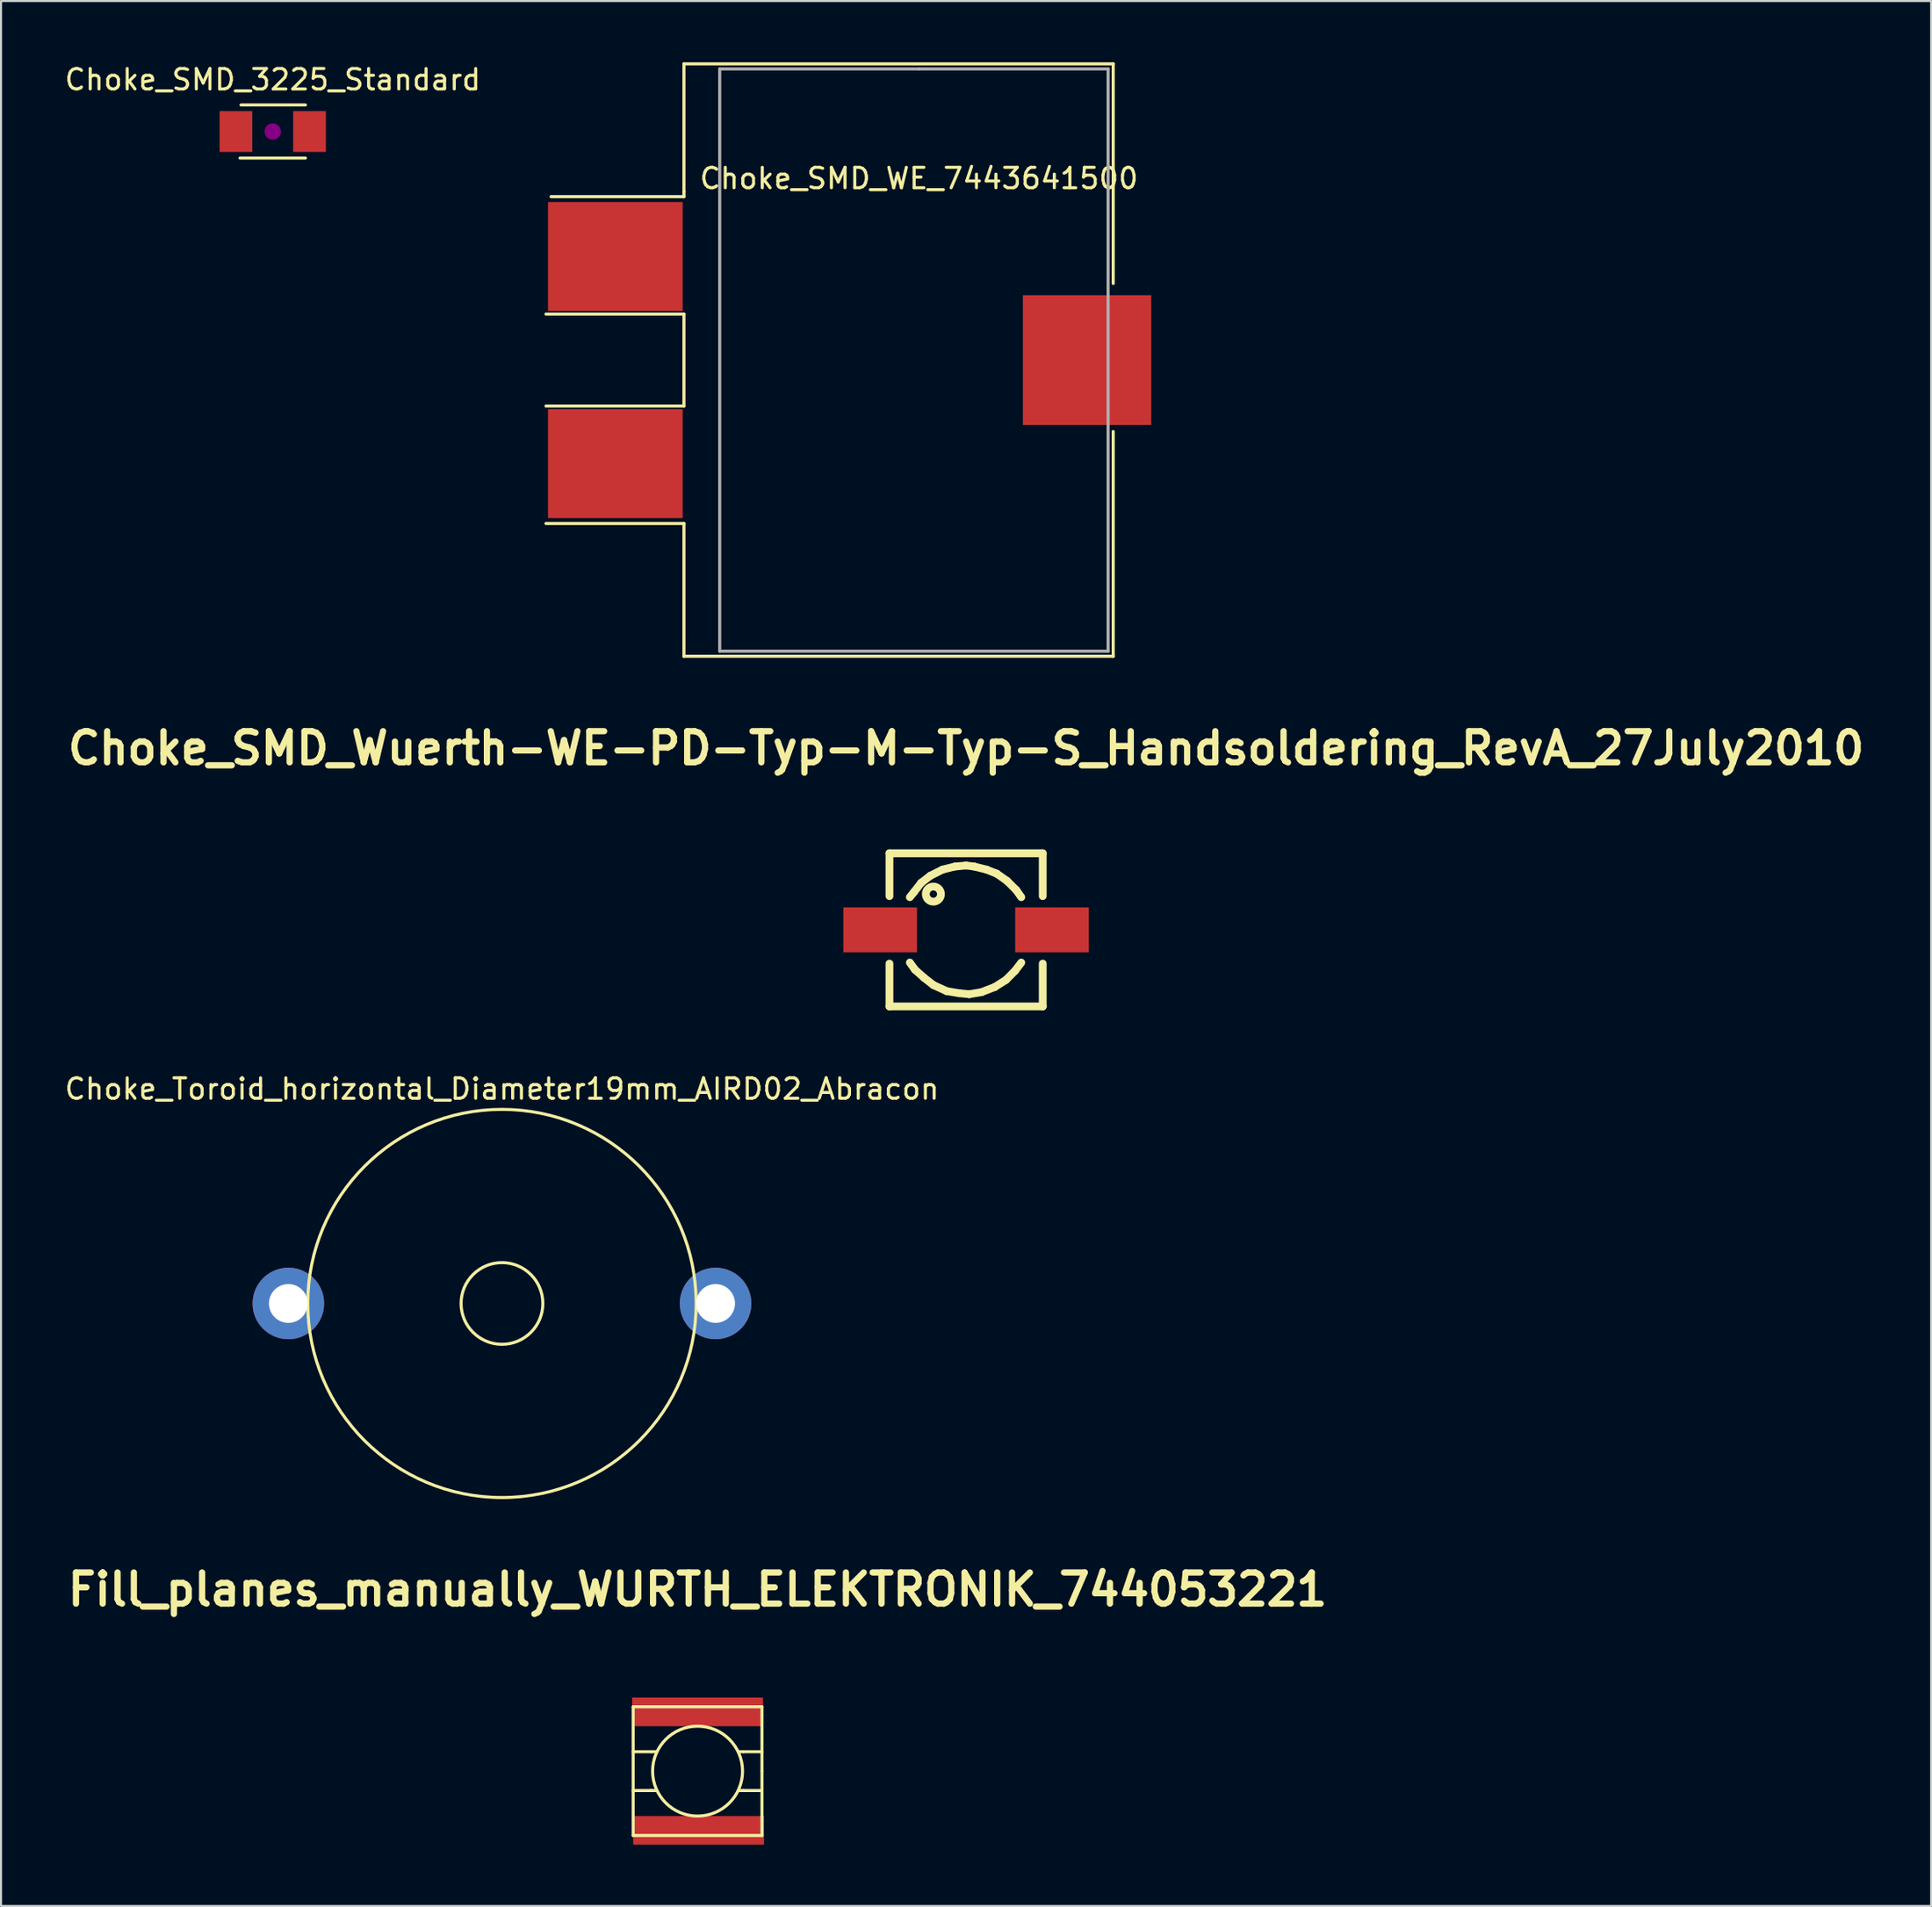
<source format=kicad_pcb>
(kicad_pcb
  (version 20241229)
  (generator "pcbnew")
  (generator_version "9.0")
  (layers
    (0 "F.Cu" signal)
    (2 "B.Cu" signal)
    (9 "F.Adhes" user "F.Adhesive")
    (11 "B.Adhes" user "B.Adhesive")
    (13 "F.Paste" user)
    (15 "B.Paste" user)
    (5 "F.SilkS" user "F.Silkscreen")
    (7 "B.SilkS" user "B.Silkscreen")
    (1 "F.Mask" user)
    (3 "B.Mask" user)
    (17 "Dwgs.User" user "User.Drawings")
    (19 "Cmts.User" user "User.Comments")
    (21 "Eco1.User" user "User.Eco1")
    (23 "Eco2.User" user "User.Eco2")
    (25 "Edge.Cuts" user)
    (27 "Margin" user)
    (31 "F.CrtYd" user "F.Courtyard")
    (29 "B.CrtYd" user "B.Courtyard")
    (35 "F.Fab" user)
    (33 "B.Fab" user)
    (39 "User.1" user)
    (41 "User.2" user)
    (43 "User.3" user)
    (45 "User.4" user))
  (footprint "Choke_SMD_3225_Standard"
    (layer "F.Cu")
    (at 10.292 3.388)
    (property "Reference" "Choke_SMD_3225_Standard" (at 0 -2.54 0) (layer "F.SilkS") (effects (font (size 1 1) (thickness 0.15))))
    (attr smd)
    (fp_line (start -1.6 1.3) (end 1.6 1.3) (stroke (width 0.15) (type solid)) (layer "F.SilkS"))
    (fp_line (start -1.55 -1.3) (end 1.6 -1.3) (stroke (width 0.15) (type solid)) (layer "F.SilkS"))
    (fp_circle (center 0 0) (end 0.2 0) (stroke (width 0.381) (type solid)) (fill no) (layer "F.Adhes"))
    (fp_circle (center 0 0) (end 0.201 -0.051) (stroke (width 0.381) (type solid)) (fill no) (layer "F.Adhes"))
    (pad "1" smd rect (at -1.8 0) (size 1.6 2) (layers "F.Cu" "F.Mask" "F.Paste"))
    (pad "2" smd rect (at 1.8 0) (size 1.6 2) (layers "F.Cu" "F.Mask" "F.Paste")))
  (footprint "Choke_SMD_Wuerth-WE-PD-Typ-M-Typ-S_Handsoldering_RevA_27July2010"
    (layer "F.Cu")
    (at 44.211 42.466)
    (property "Reference" "Choke_SMD_Wuerth-WE-PD-Typ-M-Typ-S_Handsoldering_RevA_27July2010" (at 0 -8.89 0) (layer "F.SilkS") (effects (font (size 1.524 1.524) (thickness 0.305))))
    (attr through_hole)
    (fp_line (start -3.749 -3.749) (end -3.749 -1.651) (stroke (width 0.381) (type solid)) (layer "F.SilkS"))
    (fp_line (start -3.749 1.651) (end -3.749 3.749) (stroke (width 0.381) (type solid)) (layer "F.SilkS"))
    (fp_line (start -3.749 3.749) (end 3.749 3.749) (stroke (width 0.381) (type solid)) (layer "F.SilkS"))
    (fp_line (start -2.751 1.6) (end -2.499 1.951) (stroke (width 0.381) (type solid)) (layer "F.SilkS"))
    (fp_line (start -2.55 -1.849) (end -2.751 -1.6) (stroke (width 0.381) (type solid)) (layer "F.SilkS"))
    (fp_line (start -2.499 1.951) (end -2.05 2.349) (stroke (width 0.381) (type solid)) (layer "F.SilkS"))
    (fp_line (start -2.2 -2.301) (end -2.55 -1.849) (stroke (width 0.381) (type solid)) (layer "F.SilkS"))
    (fp_line (start -2.05 2.349) (end -1.6 2.7) (stroke (width 0.381) (type solid)) (layer "F.SilkS"))
    (fp_line (start -1.75 -2.649) (end -2.2 -2.301) (stroke (width 0.381) (type solid)) (layer "F.SilkS"))
    (fp_line (start -1.6 2.7) (end -0.95 3) (stroke (width 0.381) (type solid)) (layer "F.SilkS"))
    (fp_line (start -1.151 -2.949) (end -1.75 -2.649) (stroke (width 0.381) (type solid)) (layer "F.SilkS"))
    (fp_line (start -0.95 3) (end -0.351 3.099) (stroke (width 0.381) (type solid)) (layer "F.SilkS"))
    (fp_line (start -0.551 -3.099) (end -1.151 -2.949) (stroke (width 0.381) (type solid)) (layer "F.SilkS"))
    (fp_line (start -0.351 3.099) (end 0.15 3.15) (stroke (width 0.381) (type solid)) (layer "F.SilkS"))
    (fp_line (start 0 -3.15) (end -0.551 -3.099) (stroke (width 0.381) (type solid)) (layer "F.SilkS"))
    (fp_line (start 0.15 3.15) (end 0.749 3.051) (stroke (width 0.381) (type solid)) (layer "F.SilkS"))
    (fp_line (start 0.399 -3.099) (end 0 -3.15) (stroke (width 0.381) (type solid)) (layer "F.SilkS"))
    (fp_line (start 0.749 3.051) (end 1.4 2.799) (stroke (width 0.381) (type solid)) (layer "F.SilkS"))
    (fp_line (start 1.001 -2.949) (end 0.399 -3.099) (stroke (width 0.381) (type solid)) (layer "F.SilkS"))
    (fp_line (start 1.4 2.799) (end 1.951 2.451) (stroke (width 0.381) (type solid)) (layer "F.SilkS"))
    (fp_line (start 1.501 -2.751) (end 1.001 -2.949) (stroke (width 0.381) (type solid)) (layer "F.SilkS"))
    (fp_line (start 1.951 2.451) (end 2.4 1.999) (stroke (width 0.381) (type solid)) (layer "F.SilkS"))
    (fp_line (start 1.999 -2.4) (end 1.501 -2.751) (stroke (width 0.381) (type solid)) (layer "F.SilkS"))
    (fp_line (start 2.4 1.999) (end 2.7 1.6) (stroke (width 0.381) (type solid)) (layer "F.SilkS"))
    (fp_line (start 2.451 -1.951) (end 1.999 -2.4) (stroke (width 0.381) (type solid)) (layer "F.SilkS"))
    (fp_line (start 2.7 -1.6) (end 2.451 -1.951) (stroke (width 0.381) (type solid)) (layer "F.SilkS"))
    (fp_line (start 3.749 -3.749) (end -3.749 -3.749) (stroke (width 0.381) (type solid)) (layer "F.SilkS"))
    (fp_line (start 3.749 -3.749) (end 3.749 -1.651) (stroke (width 0.381) (type solid)) (layer "F.SilkS"))
    (fp_line (start 3.749 3.749) (end 3.749 1.651) (stroke (width 0.381) (type solid)) (layer "F.SilkS"))
    (fp_circle (center -1.6 -1.75) (end -1.501 -1.6) (stroke (width 0.381) (type solid)) (fill no) (layer "F.SilkS"))
    (pad "1" smd rect (at -4.201 0) (size 3.599 2.2) (layers "F.Cu" "F.Mask" "F.Paste"))
    (pad "2" smd rect (at 4.201 0) (size 3.599 2.2) (layers "F.Cu" "F.Mask" "F.Paste")))
  (footprint "Fill_planes_manually_WURTH_ELEKTRONIK_744053221"
    (layer "F.Cu")
    (at 31.075 83.646)
    (property "Reference" "Fill_planes_manually_WURTH_ELEKTRONIK_744053221" (at 0 -8.89 0) (layer "F.SilkS") (effects (font (size 1.524 1.524) (thickness 0.305))))
    (attr through_hole)
    (fp_line (start -3.15 -3.15) (end -3.15 3.15) (stroke (width 0.15) (type solid)) (layer "F.SilkS"))
    (fp_line (start -3.15 3.15) (end 3.15 3.15) (stroke (width 0.15) (type solid)) (layer "F.SilkS"))
    (fp_line (start -2.3 0.95) (end -2.05 0.95) (stroke (width 0.15) (type solid)) (layer "F.SilkS"))
    (fp_line (start -2.25 -0.95) (end -3.15 -0.95) (stroke (width 0.15) (type solid)) (layer "F.SilkS"))
    (fp_line (start -2.25 -0.95) (end -2 -0.95) (stroke (width 0.15) (type solid)) (layer "F.SilkS"))
    (fp_line (start -2.25 0.95) (end -3.15 0.95) (stroke (width 0.15) (type solid)) (layer "F.SilkS"))
    (fp_line (start 2.25 -0.95) (end 2 -0.95) (stroke (width 0.15) (type solid)) (layer "F.SilkS"))
    (fp_line (start 2.25 0.95) (end 2 0.95) (stroke (width 0.15) (type solid)) (layer "F.SilkS"))
    (fp_line (start 2.25 0.95) (end 3.1 0.95) (stroke (width 0.15) (type solid)) (layer "F.SilkS"))
    (fp_line (start 3.15 -3.15) (end -3.15 -3.15) (stroke (width 0.15) (type solid)) (layer "F.SilkS"))
    (fp_line (start 3.15 -0.95) (end 2.25 -0.95) (stroke (width 0.15) (type solid)) (layer "F.SilkS"))
    (fp_line (start 3.15 0) (end 3.15 -3.15) (stroke (width 0.15) (type solid)) (layer "F.SilkS"))
    (fp_line (start 3.15 3.15) (end 3.15 0) (stroke (width 0.15) (type solid)) (layer "F.SilkS"))
    (fp_circle (center 0 0) (end 0 -2.2) (stroke (width 0.15) (type solid)) (fill no) (layer "F.SilkS"))
    (pad "1" smd trapezoid (at 0 -2.9) (size 6.4 1.4) (layers "F.Cu" "F.Mask" "F.Paste"))
    (pad "2" smd trapezoid (at 0.05 2.9) (size 6.4 1.4) (layers "F.Cu" "F.Mask" "F.Paste")))
  (footprint "Choke_SMD_WE_7443641500"
    (layer "F.Cu")
    (at 41.908 14.575)
    (property "Reference" "Choke_SMD_WE_7443641500" (at 0 -8.89 0) (layer "F.SilkS") (effects (font (size 1 1) (thickness 0.15))))
    (attr smd)
    (fp_line (start -18.25 -2.25) (end -11.5 -2.25) (stroke (width 0.15) (type solid)) (layer "F.SilkS"))
    (fp_line (start -18 -8) (end -11.5 -8) (stroke (width 0.15) (type solid)) (layer "F.SilkS"))
    (fp_line (start -11.5 -14.5) (end 9.5 -14.5) (stroke (width 0.15) (type solid)) (layer "F.SilkS"))
    (fp_line (start -11.5 -8.25) (end -11.5 -14.5) (stroke (width 0.15) (type solid)) (layer "F.SilkS"))
    (fp_line (start -11.5 -8) (end -11.5 -8.25) (stroke (width 0.15) (type solid)) (layer "F.SilkS"))
    (fp_line (start -11.5 -2.25) (end -11.5 2.25) (stroke (width 0.15) (type solid)) (layer "F.SilkS"))
    (fp_line (start -11.5 2.25) (end -18.25 2.25) (stroke (width 0.15) (type solid)) (layer "F.SilkS"))
    (fp_line (start -11.5 8) (end -18.25 8) (stroke (width 0.15) (type solid)) (layer "F.SilkS"))
    (fp_line (start -11.5 14.5) (end -11.5 8) (stroke (width 0.15) (type solid)) (layer "F.SilkS"))
    (fp_line (start 9.5 -14.5) (end 9.5 -3.75) (stroke (width 0.15) (type solid)) (layer "F.SilkS"))
    (fp_line (start 9.5 3.5) (end 9.5 14.5) (stroke (width 0.15) (type solid)) (layer "F.SilkS"))
    (fp_line (start 9.5 14.5) (end -11.5 14.5) (stroke (width 0.15) (type solid)) (layer "F.SilkS"))
    (fp_line (start -9.75 -14.25) (end -9.75 14.25) (stroke (width 0.15) (type solid)) (layer "F.Fab"))
    (fp_line (start -9.75 14.25) (end 9.25 14.25) (stroke (width 0.15) (type solid)) (layer "F.Fab"))
    (fp_line (start 0 -14.25) (end -9.75 -14.25) (stroke (width 0.15) (type solid)) (layer "F.Fab"))
    (fp_line (start 9.25 -14.25) (end 0 -14.25) (stroke (width 0.15) (type solid)) (layer "F.Fab"))
    (fp_line (start 9.25 14.25) (end 9.25 -14.25) (stroke (width 0.15) (type solid)) (layer "F.Fab"))
    (pad "1" smd rect (at -14.855 -5.07) (size 6.59 5.33) (layers "F.Cu" "F.Mask" "F.Paste"))
    (pad "2" smd rect (at -14.855 5.07) (size 6.59 5.33) (layers "F.Cu" "F.Mask" "F.Paste"))
    (pad "3" smd rect (at 8.22 0) (size 6.28 6.35) (layers "F.Cu" "F.Mask" "F.Paste")))
  (footprint "Choke_Toroid_horizontal_Diameter19mm_AIRD02_Abracon"
    (layer "F.Cu")
    (at 21.506 60.754)
    (property "Reference" "Choke_Toroid_horizontal_Diameter19mm_AIRD02_Abracon" (at 0 -10.5 0) (layer "F.SilkS") (effects (font (size 1 1) (thickness 0.15))))
    (attr through_hole)
    (fp_circle (center 0 0) (end 0 -9.5) (stroke (width 0.15) (type solid)) (fill no) (layer "F.SilkS"))
    (fp_circle (center 0 0) (end 0 -2) (stroke (width 0.15) (type solid)) (fill no) (layer "F.SilkS"))
    (pad "1" thru_hole circle (at -10.45 0) (size 3.5 3.5) (drill 1.9) (layers "*.Cu" "*.Mask"))
    (pad "2" thru_hole circle (at 10.45 0) (size 3.5 3.5) (drill 1.9) (layers "*.Cu" "*.Mask")))
  (gr_rect
    (start -3 -3)
    (end 91.421 90.246)
    (stroke (width 0.1) (type default))
    (fill no)
    (layer "Edge.Cuts")))
</source>
